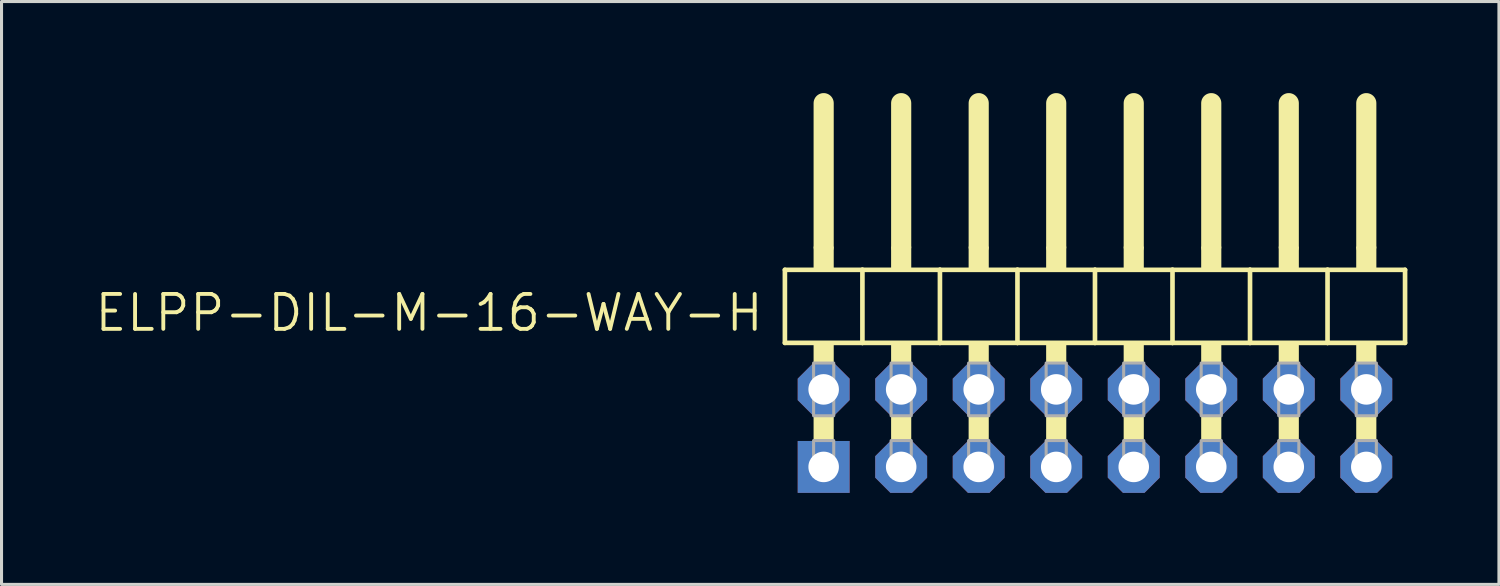
<source format=kicad_pcb>
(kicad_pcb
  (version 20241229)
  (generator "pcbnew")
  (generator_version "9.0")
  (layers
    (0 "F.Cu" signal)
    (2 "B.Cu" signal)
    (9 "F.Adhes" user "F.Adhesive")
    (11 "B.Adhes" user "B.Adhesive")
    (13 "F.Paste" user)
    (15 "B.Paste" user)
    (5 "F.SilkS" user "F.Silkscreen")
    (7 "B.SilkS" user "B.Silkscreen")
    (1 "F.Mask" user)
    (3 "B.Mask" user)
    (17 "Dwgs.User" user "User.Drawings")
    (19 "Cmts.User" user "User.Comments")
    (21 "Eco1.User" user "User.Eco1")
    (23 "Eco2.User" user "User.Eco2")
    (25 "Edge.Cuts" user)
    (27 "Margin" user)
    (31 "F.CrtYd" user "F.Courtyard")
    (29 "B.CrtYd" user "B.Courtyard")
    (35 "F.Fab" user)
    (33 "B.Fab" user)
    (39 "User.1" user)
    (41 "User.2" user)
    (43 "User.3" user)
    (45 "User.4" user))
  (footprint "ELPP-DIL-M-16-WAY-H"
    (layer "F.Cu")
    (at 32.828 10.979)
    (property "Reference" "ELPP-DIL-M-16-WAY-H" (at -10.795 -4.445 0) (unlocked yes) (layer "F.SilkS") (effects (font (size 1.143 1.143) (thickness 0.127)) (justify right top)))
    (fp_line (start -10.16 -5.188) (end -7.62 -5.188) (stroke (width 0.152) (type solid)) (layer "F.SilkS"))
    (fp_line (start -10.16 -2.794) (end -10.16 -5.188) (stroke (width 0.152) (type solid)) (layer "F.SilkS"))
    (fp_line (start -8.89 -5.95) (end -8.89 -10.649) (stroke (width 0.66) (type solid)) (layer "F.SilkS"))
    (fp_line (start -7.62 -5.188) (end -5.08 -5.188) (stroke (width 0.152) (type solid)) (layer "F.SilkS"))
    (fp_line (start -7.62 -2.794) (end -10.16 -2.794) (stroke (width 0.152) (type solid)) (layer "F.SilkS"))
    (fp_line (start -7.62 -2.794) (end -7.62 -5.188) (stroke (width 0.152) (type solid)) (layer "F.SilkS"))
    (fp_line (start -7.62 -2.794) (end -5.08 -2.794) (stroke (width 0.152) (type solid)) (layer "F.SilkS"))
    (fp_line (start -6.35 -5.95) (end -6.35 -10.649) (stroke (width 0.66) (type solid)) (layer "F.SilkS"))
    (fp_line (start -5.08 -5.188) (end -2.54 -5.188) (stroke (width 0.152) (type solid)) (layer "F.SilkS"))
    (fp_line (start -5.08 -2.794) (end -5.08 -5.188) (stroke (width 0.152) (type solid)) (layer "F.SilkS"))
    (fp_line (start -3.81 -5.95) (end -3.81 -10.649) (stroke (width 0.66) (type solid)) (layer "F.SilkS"))
    (fp_line (start -2.54 -5.188) (end 0 -5.188) (stroke (width 0.152) (type solid)) (layer "F.SilkS"))
    (fp_line (start -2.54 -2.794) (end -5.08 -2.794) (stroke (width 0.152) (type solid)) (layer "F.SilkS"))
    (fp_line (start -2.54 -2.794) (end -2.54 -5.188) (stroke (width 0.152) (type solid)) (layer "F.SilkS"))
    (fp_line (start -1.27 -5.95) (end -1.27 -10.649) (stroke (width 0.66) (type solid)) (layer "F.SilkS"))
    (fp_line (start 0 -5.188) (end 2.54 -5.188) (stroke (width 0.152) (type solid)) (layer "F.SilkS"))
    (fp_line (start 0 -2.794) (end -2.54 -2.794) (stroke (width 0.152) (type solid)) (layer "F.SilkS"))
    (fp_line (start 0 -2.794) (end 0 -5.188) (stroke (width 0.152) (type solid)) (layer "F.SilkS"))
    (fp_line (start 1.27 -5.95) (end 1.27 -10.649) (stroke (width 0.66) (type solid)) (layer "F.SilkS"))
    (fp_line (start 2.54 -5.188) (end 5.08 -5.188) (stroke (width 0.152) (type solid)) (layer "F.SilkS"))
    (fp_line (start 2.54 -2.794) (end 0 -2.794) (stroke (width 0.152) (type solid)) (layer "F.SilkS"))
    (fp_line (start 2.54 -2.794) (end 2.54 -5.188) (stroke (width 0.152) (type solid)) (layer "F.SilkS"))
    (fp_line (start 3.81 -5.95) (end 3.81 -10.649) (stroke (width 0.66) (type solid)) (layer "F.SilkS"))
    (fp_line (start 5.08 -5.188) (end 7.62 -5.188) (stroke (width 0.152) (type solid)) (layer "F.SilkS"))
    (fp_line (start 5.08 -2.794) (end 2.54 -2.794) (stroke (width 0.152) (type solid)) (layer "F.SilkS"))
    (fp_line (start 5.08 -2.794) (end 5.08 -5.188) (stroke (width 0.152) (type solid)) (layer "F.SilkS"))
    (fp_line (start 5.08 -2.794) (end 7.62 -2.794) (stroke (width 0.152) (type solid)) (layer "F.SilkS"))
    (fp_line (start 6.35 -5.95) (end 6.35 -10.649) (stroke (width 0.66) (type solid)) (layer "F.SilkS"))
    (fp_line (start 7.62 -5.188) (end 10.16 -5.188) (stroke (width 0.152) (type solid)) (layer "F.SilkS"))
    (fp_line (start 7.62 -2.794) (end 7.62 -5.188) (stroke (width 0.152) (type solid)) (layer "F.SilkS"))
    (fp_line (start 8.89 -5.95) (end 8.89 -10.649) (stroke (width 0.66) (type solid)) (layer "F.SilkS"))
    (fp_line (start 10.16 -2.794) (end 7.62 -2.794) (stroke (width 0.152) (type solid)) (layer "F.SilkS"))
    (fp_line (start 10.16 -2.794) (end 10.16 -5.188) (stroke (width 0.152) (type solid)) (layer "F.SilkS"))
    (fp_poly (pts (xy -9.22 -5.188) (xy -8.56 -5.188) (xy -8.56 -5.95) (xy -9.22 -5.95)) (stroke (width 0) (type default)) (fill yes) (layer "F.SilkS"))
    (fp_poly (pts (xy -9.22 -2.134) (xy -8.56 -2.134) (xy -8.56 -2.794) (xy -9.22 -2.794)) (stroke (width 0) (type default)) (fill yes) (layer "F.SilkS"))
    (fp_poly (pts (xy -9.22 0.406) (xy -8.56 0.406) (xy -8.56 -0.406) (xy -9.22 -0.406)) (stroke (width 0) (type default)) (fill yes) (layer "F.SilkS"))
    (fp_poly (pts (xy -6.68 -5.188) (xy -6.02 -5.188) (xy -6.02 -5.95) (xy -6.68 -5.95)) (stroke (width 0) (type default)) (fill yes) (layer "F.SilkS"))
    (fp_poly (pts (xy -6.68 -2.134) (xy -6.02 -2.134) (xy -6.02 -2.794) (xy -6.68 -2.794)) (stroke (width 0) (type default)) (fill yes) (layer "F.SilkS"))
    (fp_poly (pts (xy -6.68 0.406) (xy -6.02 0.406) (xy -6.02 -0.406) (xy -6.68 -0.406)) (stroke (width 0) (type default)) (fill yes) (layer "F.SilkS"))
    (fp_poly (pts (xy -4.14 -5.188) (xy -3.48 -5.188) (xy -3.48 -5.95) (xy -4.14 -5.95)) (stroke (width 0) (type default)) (fill yes) (layer "F.SilkS"))
    (fp_poly (pts (xy -4.14 -2.134) (xy -3.48 -2.134) (xy -3.48 -2.794) (xy -4.14 -2.794)) (stroke (width 0) (type default)) (fill yes) (layer "F.SilkS"))
    (fp_poly (pts (xy -4.14 0.406) (xy -3.48 0.406) (xy -3.48 -0.406) (xy -4.14 -0.406)) (stroke (width 0) (type default)) (fill yes) (layer "F.SilkS"))
    (fp_poly (pts (xy -1.6 -5.188) (xy -0.94 -5.188) (xy -0.94 -5.95) (xy -1.6 -5.95)) (stroke (width 0) (type default)) (fill yes) (layer "F.SilkS"))
    (fp_poly (pts (xy -1.6 -2.134) (xy -0.94 -2.134) (xy -0.94 -2.794) (xy -1.6 -2.794)) (stroke (width 0) (type default)) (fill yes) (layer "F.SilkS"))
    (fp_poly (pts (xy -1.6 0.406) (xy -0.94 0.406) (xy -0.94 -0.406) (xy -1.6 -0.406)) (stroke (width 0) (type default)) (fill yes) (layer "F.SilkS"))
    (fp_poly (pts (xy 0.94 -5.188) (xy 1.6 -5.188) (xy 1.6 -5.95) (xy 0.94 -5.95)) (stroke (width 0) (type default)) (fill yes) (layer "F.SilkS"))
    (fp_poly (pts (xy 0.94 -2.134) (xy 1.6 -2.134) (xy 1.6 -2.794) (xy 0.94 -2.794)) (stroke (width 0) (type default)) (fill yes) (layer "F.SilkS"))
    (fp_poly (pts (xy 0.94 0.406) (xy 1.6 0.406) (xy 1.6 -0.406) (xy 0.94 -0.406)) (stroke (width 0) (type default)) (fill yes) (layer "F.SilkS"))
    (fp_poly (pts (xy 3.48 -5.188) (xy 4.14 -5.188) (xy 4.14 -5.95) (xy 3.48 -5.95)) (stroke (width 0) (type default)) (fill yes) (layer "F.SilkS"))
    (fp_poly (pts (xy 3.48 -2.134) (xy 4.14 -2.134) (xy 4.14 -2.794) (xy 3.48 -2.794)) (stroke (width 0) (type default)) (fill yes) (layer "F.SilkS"))
    (fp_poly (pts (xy 3.48 0.406) (xy 4.14 0.406) (xy 4.14 -0.406) (xy 3.48 -0.406)) (stroke (width 0) (type default)) (fill yes) (layer "F.SilkS"))
    (fp_poly (pts (xy 6.02 -5.188) (xy 6.68 -5.188) (xy 6.68 -5.95) (xy 6.02 -5.95)) (stroke (width 0) (type default)) (fill yes) (layer "F.SilkS"))
    (fp_poly (pts (xy 6.02 -2.134) (xy 6.68 -2.134) (xy 6.68 -2.794) (xy 6.02 -2.794)) (stroke (width 0) (type default)) (fill yes) (layer "F.SilkS"))
    (fp_poly (pts (xy 6.02 0.406) (xy 6.68 0.406) (xy 6.68 -0.406) (xy 6.02 -0.406)) (stroke (width 0) (type default)) (fill yes) (layer "F.SilkS"))
    (fp_poly (pts (xy 8.56 -5.188) (xy 9.22 -5.188) (xy 9.22 -5.95) (xy 8.56 -5.95)) (stroke (width 0) (type default)) (fill yes) (layer "F.SilkS"))
    (fp_poly (pts (xy 8.56 -2.134) (xy 9.22 -2.134) (xy 9.22 -2.794) (xy 8.56 -2.794)) (stroke (width 0) (type default)) (fill yes) (layer "F.SilkS"))
    (fp_poly (pts (xy 8.56 0.406) (xy 9.22 0.406) (xy 9.22 -0.406) (xy 8.56 -0.406)) (stroke (width 0) (type default)) (fill yes) (layer "F.SilkS"))
    (fp_poly (pts (xy -9.22 -0.406) (xy -8.56 -0.406) (xy -8.56 -2.134) (xy -9.22 -2.134)) (stroke (width 0.1) (type default)) (fill no) (layer "F.Fab"))
    (fp_poly (pts (xy -9.22 1.575) (xy -8.56 1.575) (xy -8.56 0.406) (xy -9.22 0.406)) (stroke (width 0.1) (type default)) (fill no) (layer "F.Fab"))
    (fp_poly (pts (xy -6.68 -0.406) (xy -6.02 -0.406) (xy -6.02 -2.134) (xy -6.68 -2.134)) (stroke (width 0.1) (type default)) (fill no) (layer "F.Fab"))
    (fp_poly (pts (xy -6.68 1.575) (xy -6.02 1.575) (xy -6.02 0.406) (xy -6.68 0.406)) (stroke (width 0.1) (type default)) (fill no) (layer "F.Fab"))
    (fp_poly (pts (xy -4.14 -0.406) (xy -3.48 -0.406) (xy -3.48 -2.134) (xy -4.14 -2.134)) (stroke (width 0.1) (type default)) (fill no) (layer "F.Fab"))
    (fp_poly (pts (xy -4.14 1.575) (xy -3.48 1.575) (xy -3.48 0.406) (xy -4.14 0.406)) (stroke (width 0.1) (type default)) (fill no) (layer "F.Fab"))
    (fp_poly (pts (xy -1.6 -0.406) (xy -0.94 -0.406) (xy -0.94 -2.134) (xy -1.6 -2.134)) (stroke (width 0.1) (type default)) (fill no) (layer "F.Fab"))
    (fp_poly (pts (xy -1.6 1.575) (xy -0.94 1.575) (xy -0.94 0.406) (xy -1.6 0.406)) (stroke (width 0.1) (type default)) (fill no) (layer "F.Fab"))
    (fp_poly (pts (xy 0.94 -0.406) (xy 1.6 -0.406) (xy 1.6 -2.134) (xy 0.94 -2.134)) (stroke (width 0.1) (type default)) (fill no) (layer "F.Fab"))
    (fp_poly (pts (xy 0.94 1.575) (xy 1.6 1.575) (xy 1.6 0.406) (xy 0.94 0.406)) (stroke (width 0.1) (type default)) (fill no) (layer "F.Fab"))
    (fp_poly (pts (xy 3.48 -0.406) (xy 4.14 -0.406) (xy 4.14 -2.134) (xy 3.48 -2.134)) (stroke (width 0.1) (type default)) (fill no) (layer "F.Fab"))
    (fp_poly (pts (xy 3.48 1.575) (xy 4.14 1.575) (xy 4.14 0.406) (xy 3.48 0.406)) (stroke (width 0.1) (type default)) (fill no) (layer "F.Fab"))
    (fp_poly (pts (xy 6.02 -0.406) (xy 6.68 -0.406) (xy 6.68 -2.134) (xy 6.02 -2.134)) (stroke (width 0.1) (type default)) (fill no) (layer "F.Fab"))
    (fp_poly (pts (xy 6.02 1.575) (xy 6.68 1.575) (xy 6.68 0.406) (xy 6.02 0.406)) (stroke (width 0.1) (type default)) (fill no) (layer "F.Fab"))
    (fp_poly (pts (xy 8.56 -0.406) (xy 9.22 -0.406) (xy 9.22 -2.134) (xy 8.56 -2.134)) (stroke (width 0.1) (type default)) (fill no) (layer "F.Fab"))
    (fp_poly (pts (xy 8.56 1.575) (xy 9.22 1.575) (xy 9.22 0.406) (xy 8.56 0.406)) (stroke (width 0.1) (type default)) (fill no) (layer "F.Fab"))
    (pad "1" thru_hole rect (at -8.89 1.27) (size 1.7 1.7) (drill 1) (layers "*.Cu" "*.Mask"))
    (pad "2" thru_hole roundrect (at -8.89 -1.27) (size 1.7 1.7) (drill 1) (layers "*.Cu" "*.Mask") (roundrect_rratio 0.25) (chamfer_ratio 0.293) (chamfer top_left top_right bottom_left bottom_right))
    (pad "3" thru_hole roundrect (at -6.35 1.27) (size 1.7 1.7) (drill 1) (layers "*.Cu" "*.Mask") (roundrect_rratio 0.25) (chamfer_ratio 0.293) (chamfer top_left top_right bottom_left bottom_right))
    (pad "4" thru_hole roundrect (at -6.35 -1.27) (size 1.7 1.7) (drill 1) (layers "*.Cu" "*.Mask") (roundrect_rratio 0.25) (chamfer_ratio 0.293) (chamfer top_left top_right bottom_left bottom_right))
    (pad "5" thru_hole roundrect (at -3.81 1.27) (size 1.7 1.7) (drill 1) (layers "*.Cu" "*.Mask") (roundrect_rratio 0.25) (chamfer_ratio 0.293) (chamfer top_left top_right bottom_left bottom_right))
    (pad "6" thru_hole roundrect (at -3.81 -1.27) (size 1.7 1.7) (drill 1) (layers "*.Cu" "*.Mask") (roundrect_rratio 0.25) (chamfer_ratio 0.293) (chamfer top_left top_right bottom_left bottom_right))
    (pad "7" thru_hole roundrect (at -1.27 1.27) (size 1.7 1.7) (drill 1) (layers "*.Cu" "*.Mask") (roundrect_rratio 0.25) (chamfer_ratio 0.293) (chamfer top_left top_right bottom_left bottom_right))
    (pad "8" thru_hole roundrect (at -1.27 -1.27) (size 1.7 1.7) (drill 1) (layers "*.Cu" "*.Mask") (roundrect_rratio 0.25) (chamfer_ratio 0.293) (chamfer top_left top_right bottom_left bottom_right))
    (pad "9" thru_hole roundrect (at 1.27 1.27) (size 1.7 1.7) (drill 1) (layers "*.Cu" "*.Mask") (roundrect_rratio 0.25) (chamfer_ratio 0.293) (chamfer top_left top_right bottom_left bottom_right))
    (pad "10" thru_hole roundrect (at 1.27 -1.27) (size 1.7 1.7) (drill 1) (layers "*.Cu" "*.Mask") (roundrect_rratio 0.25) (chamfer_ratio 0.293) (chamfer top_left top_right bottom_left bottom_right))
    (pad "11" thru_hole roundrect (at 3.81 1.27) (size 1.7 1.7) (drill 1) (layers "*.Cu" "*.Mask") (roundrect_rratio 0.25) (chamfer_ratio 0.293) (chamfer top_left top_right bottom_left bottom_right))
    (pad "12" thru_hole roundrect (at 3.81 -1.27) (size 1.7 1.7) (drill 1) (layers "*.Cu" "*.Mask") (roundrect_rratio 0.25) (chamfer_ratio 0.293) (chamfer top_left top_right bottom_left bottom_right))
    (pad "13" thru_hole roundrect (at 6.35 1.27) (size 1.7 1.7) (drill 1) (layers "*.Cu" "*.Mask") (roundrect_rratio 0.25) (chamfer_ratio 0.293) (chamfer top_left top_right bottom_left bottom_right))
    (pad "14" thru_hole roundrect (at 6.35 -1.27) (size 1.7 1.7) (drill 1) (layers "*.Cu" "*.Mask") (roundrect_rratio 0.25) (chamfer_ratio 0.293) (chamfer top_left top_right bottom_left bottom_right))
    (pad "15" thru_hole roundrect (at 8.89 1.27) (size 1.7 1.7) (drill 1) (layers "*.Cu" "*.Mask") (roundrect_rratio 0.25) (chamfer_ratio 0.293) (chamfer top_left top_right bottom_left bottom_right))
    (pad "16" thru_hole roundrect (at 8.89 -1.27) (size 1.7 1.7) (drill 1) (layers "*.Cu" "*.Mask") (roundrect_rratio 0.25) (chamfer_ratio 0.293) (chamfer top_left top_right bottom_left bottom_right)))
  (gr_rect
    (start -3 -3)
    (end 46.064 16.099)
    (stroke (width 0.1) (type default))
    (fill no)
    (layer "Edge.Cuts")))
</source>
